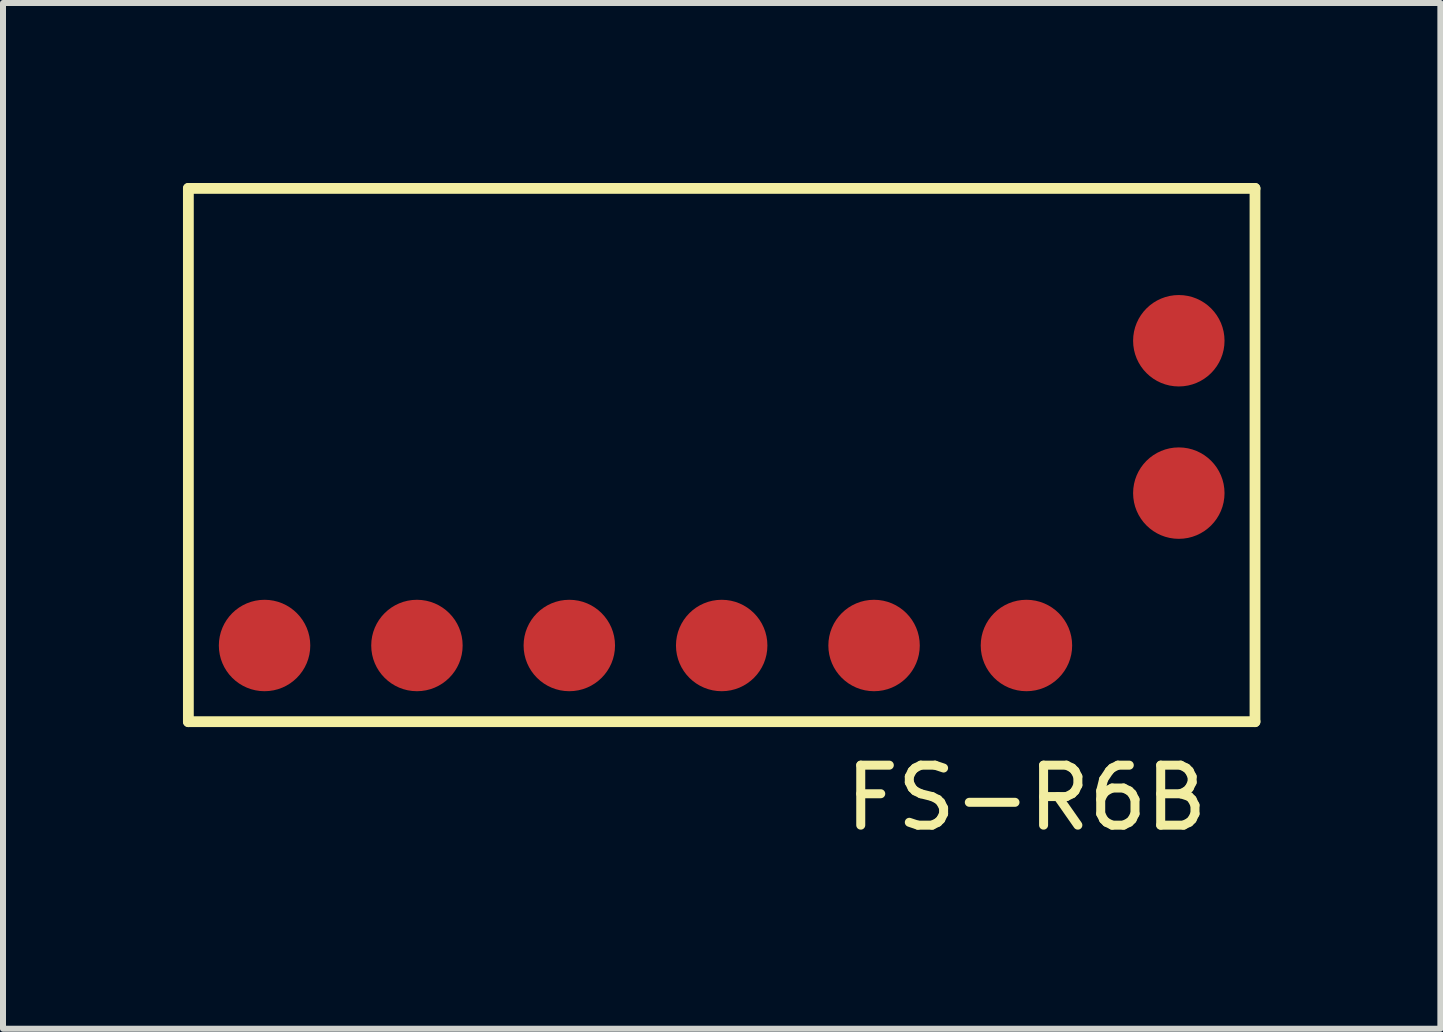
<source format=kicad_pcb>
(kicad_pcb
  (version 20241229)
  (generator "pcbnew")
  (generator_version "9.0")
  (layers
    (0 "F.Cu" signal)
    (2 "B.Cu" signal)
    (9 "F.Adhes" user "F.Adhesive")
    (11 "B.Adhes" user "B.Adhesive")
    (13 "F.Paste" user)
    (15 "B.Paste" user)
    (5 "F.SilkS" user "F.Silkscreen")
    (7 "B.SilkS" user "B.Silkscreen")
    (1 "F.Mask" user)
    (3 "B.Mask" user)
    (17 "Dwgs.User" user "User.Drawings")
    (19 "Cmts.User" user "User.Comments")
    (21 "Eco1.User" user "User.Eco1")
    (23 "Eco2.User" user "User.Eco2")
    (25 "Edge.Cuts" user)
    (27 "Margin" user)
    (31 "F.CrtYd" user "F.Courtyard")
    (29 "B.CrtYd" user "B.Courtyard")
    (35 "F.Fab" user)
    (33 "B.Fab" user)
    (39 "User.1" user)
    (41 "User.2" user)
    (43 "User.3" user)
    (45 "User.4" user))
  (footprint "FS-R6B"
    (layer "F.Cu")
    (at 8.98 5.17)
    (property "Reference" "FS-R6B" (at 5.08 5.08 0) (layer "F.SilkS") (effects (font (size 1 1) (thickness 0.15))))
    (attr through_hole)
    (fp_line (start -8.89 -5.08) (end -8.89 3.81) (stroke (width 0.18) (type solid)) (layer "F.SilkS"))
    (fp_line (start -8.89 -5.08) (end 8.89 -5.08) (stroke (width 0.18) (type solid)) (layer "F.SilkS"))
    (fp_line (start 8.89 -5.08) (end 8.89 3.81) (stroke (width 0.18) (type solid)) (layer "F.SilkS"))
    (fp_line (start 8.89 3.81) (end -8.89 3.81) (stroke (width 0.18) (type solid)) (layer "F.SilkS"))
    (pad "1" connect circle (at -7.62 2.54) (size 1.524 1.524) (layers "F.Cu" "F.Mask"))
    (pad "2" connect circle (at -5.08 2.54) (size 1.524 1.524) (layers "F.Cu" "F.Mask"))
    (pad "3" connect circle (at -2.54 2.54) (size 1.524 1.524) (layers "F.Cu" "F.Mask"))
    (pad "4" connect circle (at 0 2.54) (size 1.524 1.524) (layers "F.Cu" "F.Mask"))
    (pad "5" connect circle (at 2.54 2.54) (size 1.524 1.524) (layers "F.Cu" "F.Mask"))
    (pad "6" connect circle (at 5.08 2.54) (size 1.524 1.524) (layers "F.Cu" "F.Mask"))
    (pad "7" connect circle (at 7.62 0) (size 1.524 1.524) (layers "F.Cu" "F.Mask"))
    (pad "8" connect circle (at 7.62 -2.54) (size 1.524 1.524) (layers "F.Cu" "F.Mask")))
  (gr_rect
    (start -3 -3)
    (end 20.96 14.098)
    (stroke (width 0.1) (type default))
    (fill no)
    (layer "Edge.Cuts")))
</source>
